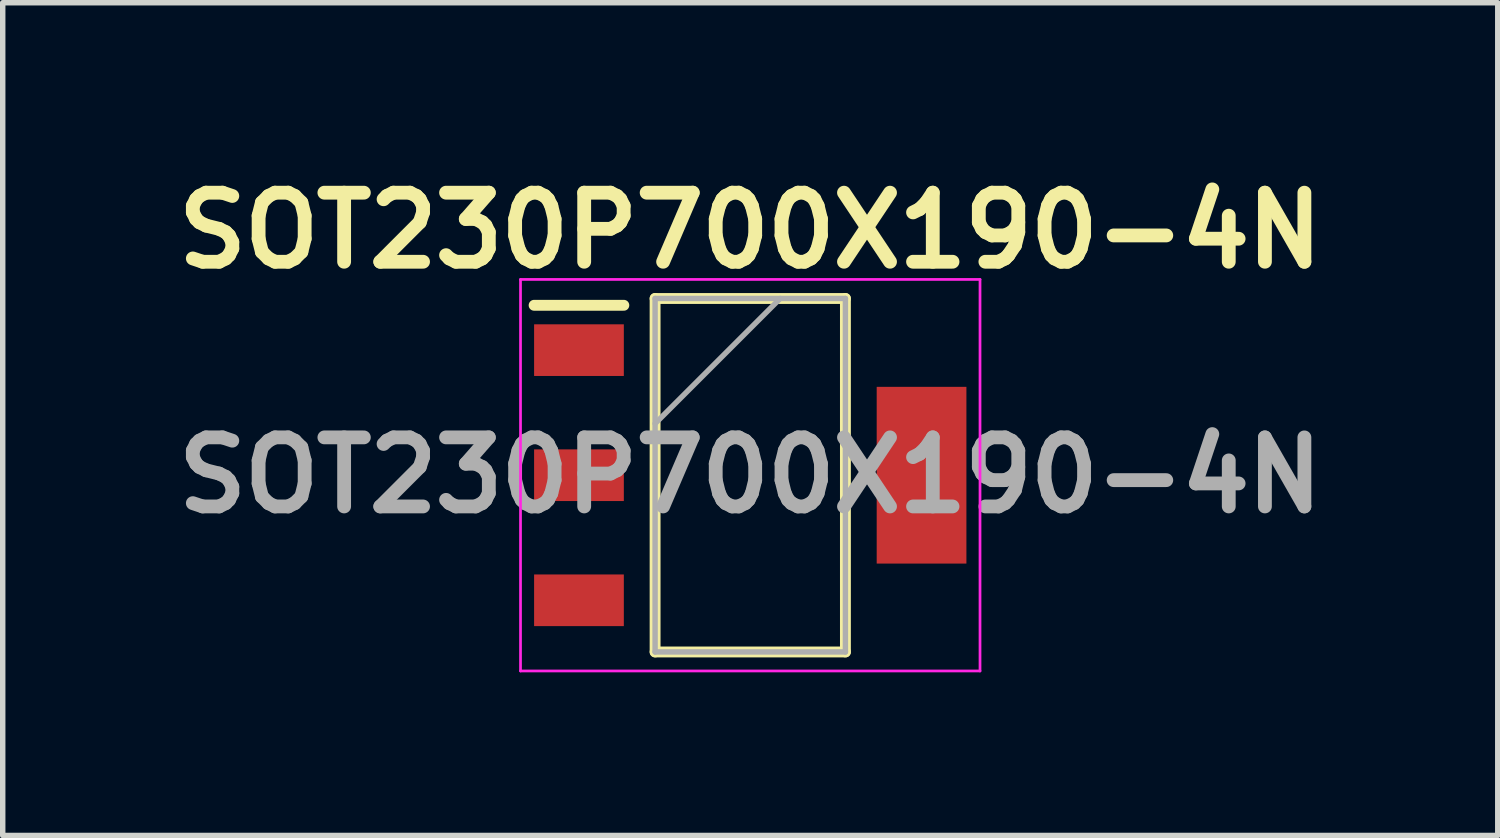
<source format=kicad_pcb>
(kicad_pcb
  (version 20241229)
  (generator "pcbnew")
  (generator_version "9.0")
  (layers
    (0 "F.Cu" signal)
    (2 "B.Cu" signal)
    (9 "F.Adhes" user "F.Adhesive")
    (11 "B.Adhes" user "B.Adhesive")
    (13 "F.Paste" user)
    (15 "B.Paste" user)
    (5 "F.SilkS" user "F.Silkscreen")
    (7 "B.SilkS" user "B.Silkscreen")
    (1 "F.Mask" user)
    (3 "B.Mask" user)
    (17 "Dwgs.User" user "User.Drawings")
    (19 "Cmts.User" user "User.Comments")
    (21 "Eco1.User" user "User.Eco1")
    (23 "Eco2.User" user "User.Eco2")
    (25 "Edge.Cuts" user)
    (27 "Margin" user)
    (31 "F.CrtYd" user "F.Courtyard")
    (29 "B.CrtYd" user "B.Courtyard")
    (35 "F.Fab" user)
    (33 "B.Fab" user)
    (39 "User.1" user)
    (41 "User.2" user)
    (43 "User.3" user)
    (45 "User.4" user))
  (footprint "SOT230P700X190-4N"
    (layer "F.Cu")
    (at 10.747 5.689)
    (property "Reference" "SOT230P700X190-4N" (at 0 -4.5 0) (layer "F.SilkS") (effects (font (size 1.27 1.27) (thickness 0.254))))
    (attr smd)
    (fp_line (start -3.975 -3.125) (end -2.325 -3.125) (stroke (width 0.2) (type solid)) (layer "F.SilkS"))
    (fp_line (start -1.75 -3.25) (end 1.75 -3.25) (stroke (width 0.2) (type solid)) (layer "F.SilkS"))
    (fp_line (start -1.75 3.25) (end -1.75 -3.25) (stroke (width 0.2) (type solid)) (layer "F.SilkS"))
    (fp_line (start 1.75 -3.25) (end 1.75 3.25) (stroke (width 0.2) (type solid)) (layer "F.SilkS"))
    (fp_line (start 1.75 3.25) (end -1.75 3.25) (stroke (width 0.2) (type solid)) (layer "F.SilkS"))
    (fp_line (start -4.225 -3.6) (end 4.225 -3.6) (stroke (width 0.05) (type solid)) (layer "F.CrtYd"))
    (fp_line (start -4.225 3.6) (end -4.225 -3.6) (stroke (width 0.05) (type solid)) (layer "F.CrtYd"))
    (fp_line (start 4.225 -3.6) (end 4.225 3.6) (stroke (width 0.05) (type solid)) (layer "F.CrtYd"))
    (fp_line (start 4.225 3.6) (end -4.225 3.6) (stroke (width 0.05) (type solid)) (layer "F.CrtYd"))
    (fp_line (start -1.75 -3.25) (end 1.75 -3.25) (stroke (width 0.1) (type solid)) (layer "F.Fab"))
    (fp_line (start -1.75 -0.95) (end 0.55 -3.25) (stroke (width 0.1) (type solid)) (layer "F.Fab"))
    (fp_line (start -1.75 3.25) (end -1.75 -3.25) (stroke (width 0.1) (type solid)) (layer "F.Fab"))
    (fp_line (start 1.75 -3.25) (end 1.75 3.25) (stroke (width 0.1) (type solid)) (layer "F.Fab"))
    (fp_line (start 1.75 3.25) (end -1.75 3.25) (stroke (width 0.1) (type solid)) (layer "F.Fab"))
    (fp_text user "${REFERENCE}" (at 0 0 0) (layer "F.Fab") (effects (font (size 1.27 1.27) (thickness 0.254))))
    (pad "1" smd rect (at -3.15 -2.3 90) (size 0.95 1.65) (layers "F.Cu" "F.Mask" "F.Paste"))
    (pad "2" smd rect (at -3.15 0 90) (size 0.95 1.65) (layers "F.Cu" "F.Mask" "F.Paste"))
    (pad "3" smd rect (at -3.15 2.3 90) (size 0.95 1.65) (layers "F.Cu" "F.Mask" "F.Paste"))
    (pad "4" smd rect (at 3.15 0) (size 1.65 3.25) (layers "F.Cu" "F.Mask" "F.Paste")))
  (gr_rect
    (start -3 -3)
    (end 24.493 12.314)
    (stroke (width 0.1) (type default))
    (fill no)
    (layer "Edge.Cuts")))
</source>
